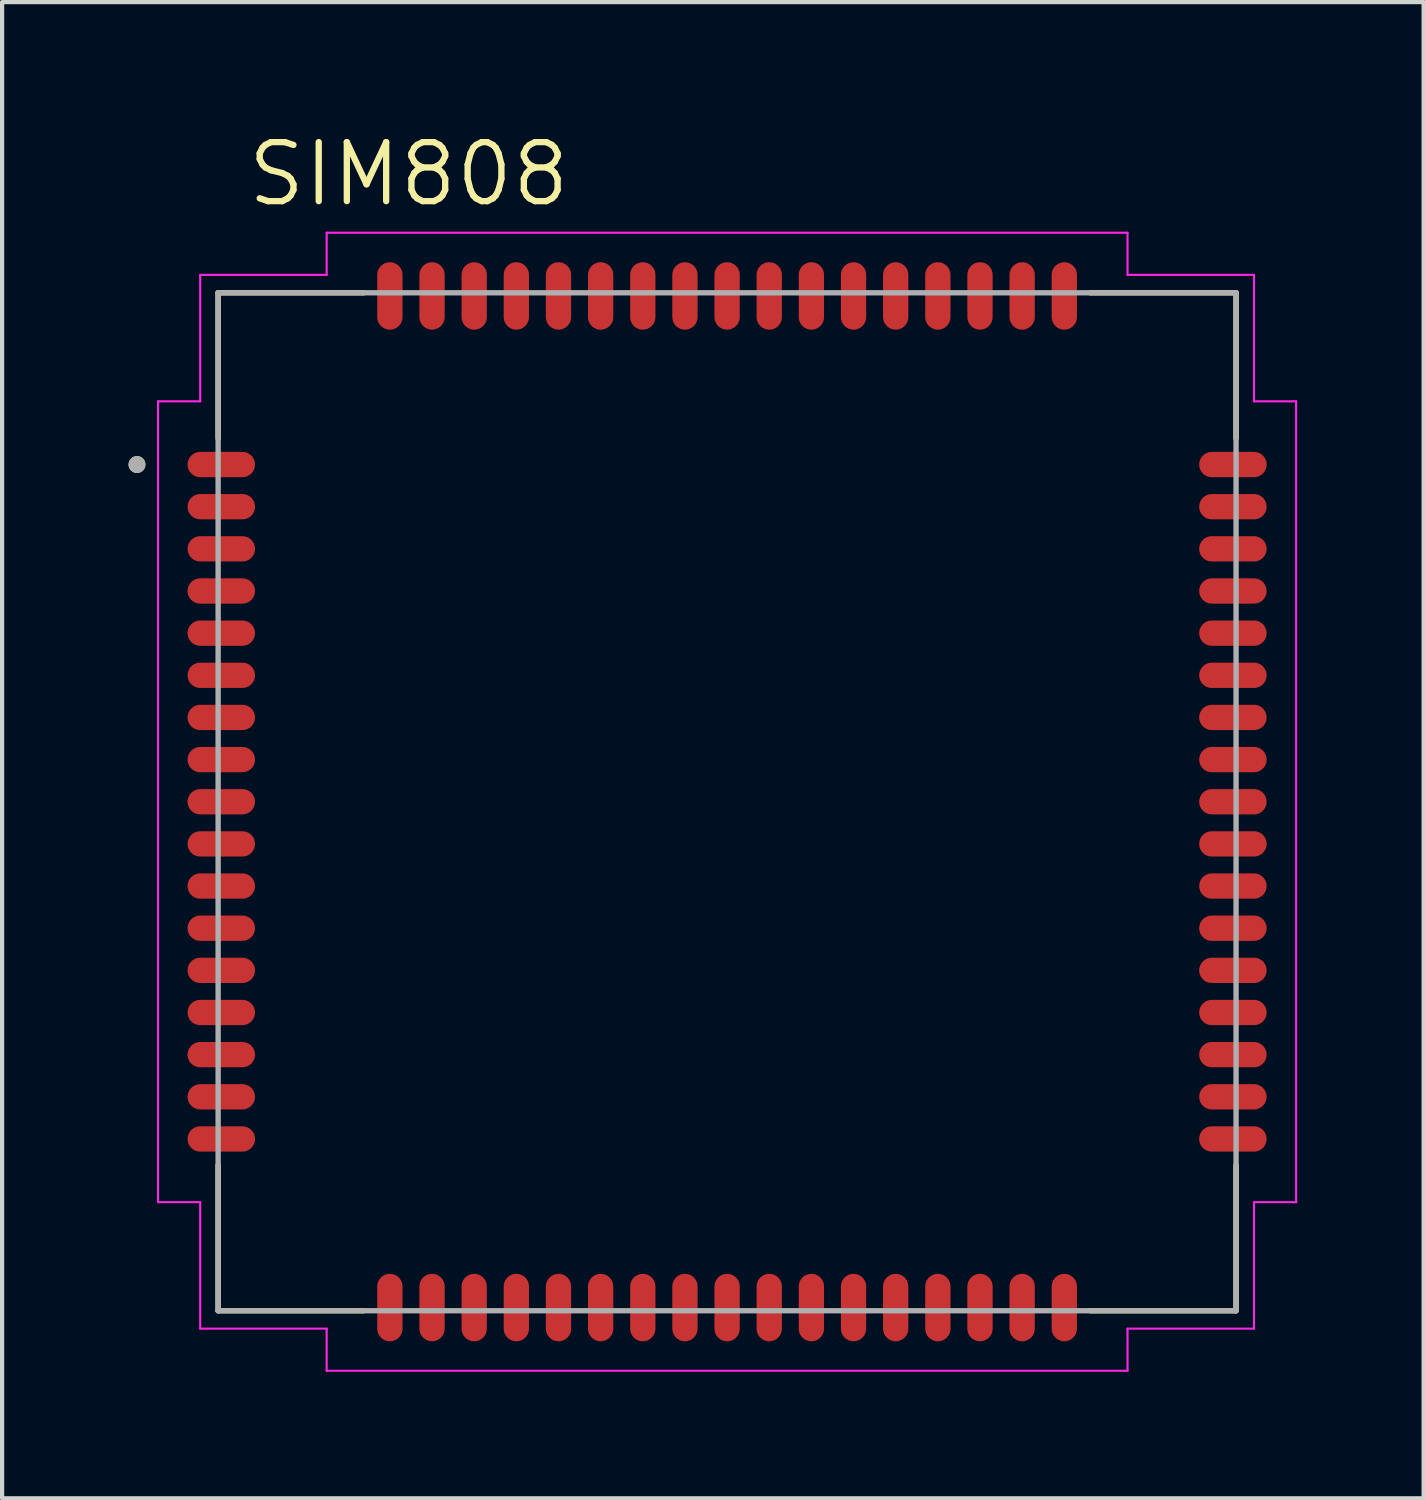
<source format=kicad_pcb>
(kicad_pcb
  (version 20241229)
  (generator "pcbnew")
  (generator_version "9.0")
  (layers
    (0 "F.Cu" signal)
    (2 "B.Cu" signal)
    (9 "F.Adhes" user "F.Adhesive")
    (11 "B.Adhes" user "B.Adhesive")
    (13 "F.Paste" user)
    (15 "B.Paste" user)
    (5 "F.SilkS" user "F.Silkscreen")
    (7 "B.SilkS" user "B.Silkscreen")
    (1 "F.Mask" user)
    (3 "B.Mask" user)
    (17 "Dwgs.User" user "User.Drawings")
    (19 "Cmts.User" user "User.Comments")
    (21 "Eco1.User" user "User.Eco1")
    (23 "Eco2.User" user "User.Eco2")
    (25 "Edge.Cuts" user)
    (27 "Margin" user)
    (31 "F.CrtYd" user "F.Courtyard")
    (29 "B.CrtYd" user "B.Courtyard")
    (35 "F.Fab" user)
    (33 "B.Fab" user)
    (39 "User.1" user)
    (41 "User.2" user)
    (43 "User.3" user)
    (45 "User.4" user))
  (footprint "SIM808"
    (layer "F.Cu")
    (at 14.2 15.971)
    (property "Reference" "SIM808" (at -7.555 -14.889 0) (layer "F.SilkS") (effects (font (size 1.4 1.4) (thickness 0.15))))
    (attr smd)
    (fp_line (start -12.075 -12.075) (end -8.62 -12.075) (stroke (width 0.127) (type solid)) (layer "F.SilkS"))
    (fp_line (start -12.075 -8.62) (end -12.075 -12.075) (stroke (width 0.127) (type solid)) (layer "F.SilkS"))
    (fp_line (start -12.075 12.075) (end -12.075 8.62) (stroke (width 0.127) (type solid)) (layer "F.SilkS"))
    (fp_line (start -8.62 12.075) (end -12.075 12.075) (stroke (width 0.127) (type solid)) (layer "F.SilkS"))
    (fp_line (start 8.62 -12.075) (end 12.075 -12.075) (stroke (width 0.127) (type solid)) (layer "F.SilkS"))
    (fp_line (start 12.075 -12.075) (end 12.075 -8.62) (stroke (width 0.127) (type solid)) (layer "F.SilkS"))
    (fp_line (start 12.075 8.62) (end 12.075 12.075) (stroke (width 0.127) (type solid)) (layer "F.SilkS"))
    (fp_line (start 12.075 12.075) (end 8.62 12.075) (stroke (width 0.127) (type solid)) (layer "F.SilkS"))
    (fp_circle (center -14 -8) (end -13.9 -8) (stroke (width 0.2) (type solid)) (fill no) (layer "F.SilkS"))
    (fp_line (start -13.5 -9.5) (end -12.5 -9.5) (stroke (width 0.05) (type solid)) (layer "F.CrtYd"))
    (fp_line (start -13.5 9.5) (end -13.5 -9.5) (stroke (width 0.05) (type solid)) (layer "F.CrtYd"))
    (fp_line (start -12.5 -12.5) (end -9.5 -12.5) (stroke (width 0.05) (type solid)) (layer "F.CrtYd"))
    (fp_line (start -12.5 -9.5) (end -12.5 -12.5) (stroke (width 0.05) (type solid)) (layer "F.CrtYd"))
    (fp_line (start -12.5 9.5) (end -13.5 9.5) (stroke (width 0.05) (type solid)) (layer "F.CrtYd"))
    (fp_line (start -12.5 12.5) (end -12.5 9.5) (stroke (width 0.05) (type solid)) (layer "F.CrtYd"))
    (fp_line (start -9.5 -13.5) (end 9.5 -13.5) (stroke (width 0.05) (type solid)) (layer "F.CrtYd"))
    (fp_line (start -9.5 -12.5) (end -9.5 -13.5) (stroke (width 0.05) (type solid)) (layer "F.CrtYd"))
    (fp_line (start -9.5 12.5) (end -12.5 12.5) (stroke (width 0.05) (type solid)) (layer "F.CrtYd"))
    (fp_line (start -9.5 13.5) (end -9.5 12.5) (stroke (width 0.05) (type solid)) (layer "F.CrtYd"))
    (fp_line (start 9.5 -13.5) (end 9.5 -12.5) (stroke (width 0.05) (type solid)) (layer "F.CrtYd"))
    (fp_line (start 9.5 -12.5) (end 12.5 -12.5) (stroke (width 0.05) (type solid)) (layer "F.CrtYd"))
    (fp_line (start 9.5 12.5) (end 9.5 13.5) (stroke (width 0.05) (type solid)) (layer "F.CrtYd"))
    (fp_line (start 9.5 13.5) (end -9.5 13.5) (stroke (width 0.05) (type solid)) (layer "F.CrtYd"))
    (fp_line (start 12.5 -12.5) (end 12.5 -9.5) (stroke (width 0.05) (type solid)) (layer "F.CrtYd"))
    (fp_line (start 12.5 -9.5) (end 13.5 -9.5) (stroke (width 0.05) (type solid)) (layer "F.CrtYd"))
    (fp_line (start 12.5 9.5) (end 12.5 12.5) (stroke (width 0.05) (type solid)) (layer "F.CrtYd"))
    (fp_line (start 12.5 12.5) (end 9.5 12.5) (stroke (width 0.05) (type solid)) (layer "F.CrtYd"))
    (fp_line (start 13.5 -9.5) (end 13.5 9.5) (stroke (width 0.05) (type solid)) (layer "F.CrtYd"))
    (fp_line (start 13.5 9.5) (end 12.5 9.5) (stroke (width 0.05) (type solid)) (layer "F.CrtYd"))
    (fp_line (start -12.075 -12.075) (end 12.075 -12.075) (stroke (width 0.127) (type solid)) (layer "F.Fab"))
    (fp_line (start -12.075 12.075) (end -12.075 -12.075) (stroke (width 0.127) (type solid)) (layer "F.Fab"))
    (fp_line (start 12.075 -12.075) (end 12.075 12.075) (stroke (width 0.127) (type solid)) (layer "F.Fab"))
    (fp_line (start 12.075 12.075) (end -12.075 12.075) (stroke (width 0.127) (type solid)) (layer "F.Fab"))
    (fp_circle (center -14 -8) (end -13.9 -8) (stroke (width 0.2) (type solid)) (fill no) (layer "F.Fab"))
    (pad "1" smd oval (at -12 -8) (size 1.6 0.6) (layers "F.Cu" "F.Mask" "F.Paste"))
    (pad "2" smd oval (at -12 -7) (size 1.6 0.6) (layers "F.Cu" "F.Mask" "F.Paste"))
    (pad "3" smd oval (at -12 -6) (size 1.6 0.6) (layers "F.Cu" "F.Mask" "F.Paste"))
    (pad "4" smd oval (at -12 -5) (size 1.6 0.6) (layers "F.Cu" "F.Mask" "F.Paste"))
    (pad "5" smd oval (at -12 -4) (size 1.6 0.6) (layers "F.Cu" "F.Mask" "F.Paste"))
    (pad "6" smd oval (at -12 -3) (size 1.6 0.6) (layers "F.Cu" "F.Mask" "F.Paste"))
    (pad "7" smd oval (at -12 -2) (size 1.6 0.6) (layers "F.Cu" "F.Mask" "F.Paste"))
    (pad "8" smd oval (at -12 -1) (size 1.6 0.6) (layers "F.Cu" "F.Mask" "F.Paste"))
    (pad "9" smd oval (at -12 0) (size 1.6 0.6) (layers "F.Cu" "F.Mask" "F.Paste"))
    (pad "10" smd oval (at -12 1) (size 1.6 0.6) (layers "F.Cu" "F.Mask" "F.Paste"))
    (pad "11" smd oval (at -12 2) (size 1.6 0.6) (layers "F.Cu" "F.Mask" "F.Paste"))
    (pad "12" smd oval (at -12 3) (size 1.6 0.6) (layers "F.Cu" "F.Mask" "F.Paste"))
    (pad "13" smd oval (at -12 4) (size 1.6 0.6) (layers "F.Cu" "F.Mask" "F.Paste"))
    (pad "14" smd oval (at -12 5) (size 1.6 0.6) (layers "F.Cu" "F.Mask" "F.Paste"))
    (pad "15" smd oval (at -12 6) (size 1.6 0.6) (layers "F.Cu" "F.Mask" "F.Paste"))
    (pad "16" smd oval (at -12 7) (size 1.6 0.6) (layers "F.Cu" "F.Mask" "F.Paste"))
    (pad "17" smd oval (at -12 8) (size 1.6 0.6) (layers "F.Cu" "F.Mask" "F.Paste"))
    (pad "18" smd oval (at -8 12) (size 0.6 1.6) (layers "F.Cu" "F.Mask" "F.Paste"))
    (pad "19" smd oval (at -7 12) (size 0.6 1.6) (layers "F.Cu" "F.Mask" "F.Paste"))
    (pad "20" smd oval (at -6 12) (size 0.6 1.6) (layers "F.Cu" "F.Mask" "F.Paste"))
    (pad "21" smd oval (at -5 12) (size 0.6 1.6) (layers "F.Cu" "F.Mask" "F.Paste"))
    (pad "22" smd oval (at -4 12) (size 0.6 1.6) (layers "F.Cu" "F.Mask" "F.Paste"))
    (pad "23" smd oval (at -3 12) (size 0.6 1.6) (layers "F.Cu" "F.Mask" "F.Paste"))
    (pad "24" smd oval (at -2 12) (size 0.6 1.6) (layers "F.Cu" "F.Mask" "F.Paste"))
    (pad "25" smd oval (at -1 12) (size 0.6 1.6) (layers "F.Cu" "F.Mask" "F.Paste"))
    (pad "26" smd oval (at 0 12) (size 0.6 1.6) (layers "F.Cu" "F.Mask" "F.Paste"))
    (pad "27" smd oval (at 1 12) (size 0.6 1.6) (layers "F.Cu" "F.Mask" "F.Paste"))
    (pad "28" smd oval (at 2 12) (size 0.6 1.6) (layers "F.Cu" "F.Mask" "F.Paste"))
    (pad "29" smd oval (at 3 12) (size 0.6 1.6) (layers "F.Cu" "F.Mask" "F.Paste"))
    (pad "30" smd oval (at 4 12) (size 0.6 1.6) (layers "F.Cu" "F.Mask" "F.Paste"))
    (pad "31" smd oval (at 5 12) (size 0.6 1.6) (layers "F.Cu" "F.Mask" "F.Paste"))
    (pad "32" smd oval (at 6 12) (size 0.6 1.6) (layers "F.Cu" "F.Mask" "F.Paste"))
    (pad "33" smd oval (at 7 12) (size 0.6 1.6) (layers "F.Cu" "F.Mask" "F.Paste"))
    (pad "34" smd oval (at 8 12) (size 0.6 1.6) (layers "F.Cu" "F.Mask" "F.Paste"))
    (pad "35" smd oval (at 12 8) (size 1.6 0.6) (layers "F.Cu" "F.Mask" "F.Paste"))
    (pad "36" smd oval (at 12 7) (size 1.6 0.6) (layers "F.Cu" "F.Mask" "F.Paste"))
    (pad "37" smd oval (at 12 6) (size 1.6 0.6) (layers "F.Cu" "F.Mask" "F.Paste"))
    (pad "38" smd oval (at 12 5) (size 1.6 0.6) (layers "F.Cu" "F.Mask" "F.Paste"))
    (pad "39" smd oval (at 12 4) (size 1.6 0.6) (layers "F.Cu" "F.Mask" "F.Paste"))
    (pad "40" smd oval (at 12 3) (size 1.6 0.6) (layers "F.Cu" "F.Mask" "F.Paste"))
    (pad "41" smd oval (at 12 2) (size 1.6 0.6) (layers "F.Cu" "F.Mask" "F.Paste"))
    (pad "42" smd oval (at 12 1) (size 1.6 0.6) (layers "F.Cu" "F.Mask" "F.Paste"))
    (pad "43" smd oval (at 12 0) (size 1.6 0.6) (layers "F.Cu" "F.Mask" "F.Paste"))
    (pad "44" smd oval (at 12 -1) (size 1.6 0.6) (layers "F.Cu" "F.Mask" "F.Paste"))
    (pad "45" smd oval (at 12 -2) (size 1.6 0.6) (layers "F.Cu" "F.Mask" "F.Paste"))
    (pad "46" smd oval (at 12 -3) (size 1.6 0.6) (layers "F.Cu" "F.Mask" "F.Paste"))
    (pad "47" smd oval (at 12 -4) (size 1.6 0.6) (layers "F.Cu" "F.Mask" "F.Paste"))
    (pad "48" smd oval (at 12 -5) (size 1.6 0.6) (layers "F.Cu" "F.Mask" "F.Paste"))
    (pad "49" smd oval (at 12 -6) (size 1.6 0.6) (layers "F.Cu" "F.Mask" "F.Paste"))
    (pad "50" smd oval (at 12 -7) (size 1.6 0.6) (layers "F.Cu" "F.Mask" "F.Paste"))
    (pad "51" smd oval (at 12 -8) (size 1.6 0.6) (layers "F.Cu" "F.Mask" "F.Paste"))
    (pad "52" smd oval (at 8 -12) (size 0.6 1.6) (layers "F.Cu" "F.Mask" "F.Paste"))
    (pad "53" smd oval (at 7 -12) (size 0.6 1.6) (layers "F.Cu" "F.Mask" "F.Paste"))
    (pad "54" smd oval (at 6 -12) (size 0.6 1.6) (layers "F.Cu" "F.Mask" "F.Paste"))
    (pad "55" smd oval (at 5 -12) (size 0.6 1.6) (layers "F.Cu" "F.Mask" "F.Paste"))
    (pad "56" smd oval (at 4 -12) (size 0.6 1.6) (layers "F.Cu" "F.Mask" "F.Paste"))
    (pad "57" smd oval (at 3 -12) (size 0.6 1.6) (layers "F.Cu" "F.Mask" "F.Paste"))
    (pad "58" smd oval (at 2 -12) (size 0.6 1.6) (layers "F.Cu" "F.Mask" "F.Paste"))
    (pad "59" smd oval (at 1 -12) (size 0.6 1.6) (layers "F.Cu" "F.Mask" "F.Paste"))
    (pad "60" smd oval (at 0 -12) (size 0.6 1.6) (layers "F.Cu" "F.Mask" "F.Paste"))
    (pad "61" smd oval (at -1 -12) (size 0.6 1.6) (layers "F.Cu" "F.Mask" "F.Paste"))
    (pad "62" smd oval (at -2 -12) (size 0.6 1.6) (layers "F.Cu" "F.Mask" "F.Paste"))
    (pad "63" smd oval (at -3 -12) (size 0.6 1.6) (layers "F.Cu" "F.Mask" "F.Paste"))
    (pad "64" smd oval (at -4 -12) (size 0.6 1.6) (layers "F.Cu" "F.Mask" "F.Paste"))
    (pad "65" smd oval (at -5 -12) (size 0.6 1.6) (layers "F.Cu" "F.Mask" "F.Paste"))
    (pad "66" smd oval (at -6 -12) (size 0.6 1.6) (layers "F.Cu" "F.Mask" "F.Paste"))
    (pad "67" smd oval (at -7 -12) (size 0.6 1.6) (layers "F.Cu" "F.Mask" "F.Paste"))
    (pad "68" smd oval (at -8 -12) (size 0.6 1.6) (layers "F.Cu" "F.Mask" "F.Paste")))
  (gr_rect
    (start -3 -3)
    (end 30.725 32.496)
    (stroke (width 0.1) (type default))
    (fill no)
    (layer "Edge.Cuts")))
</source>
